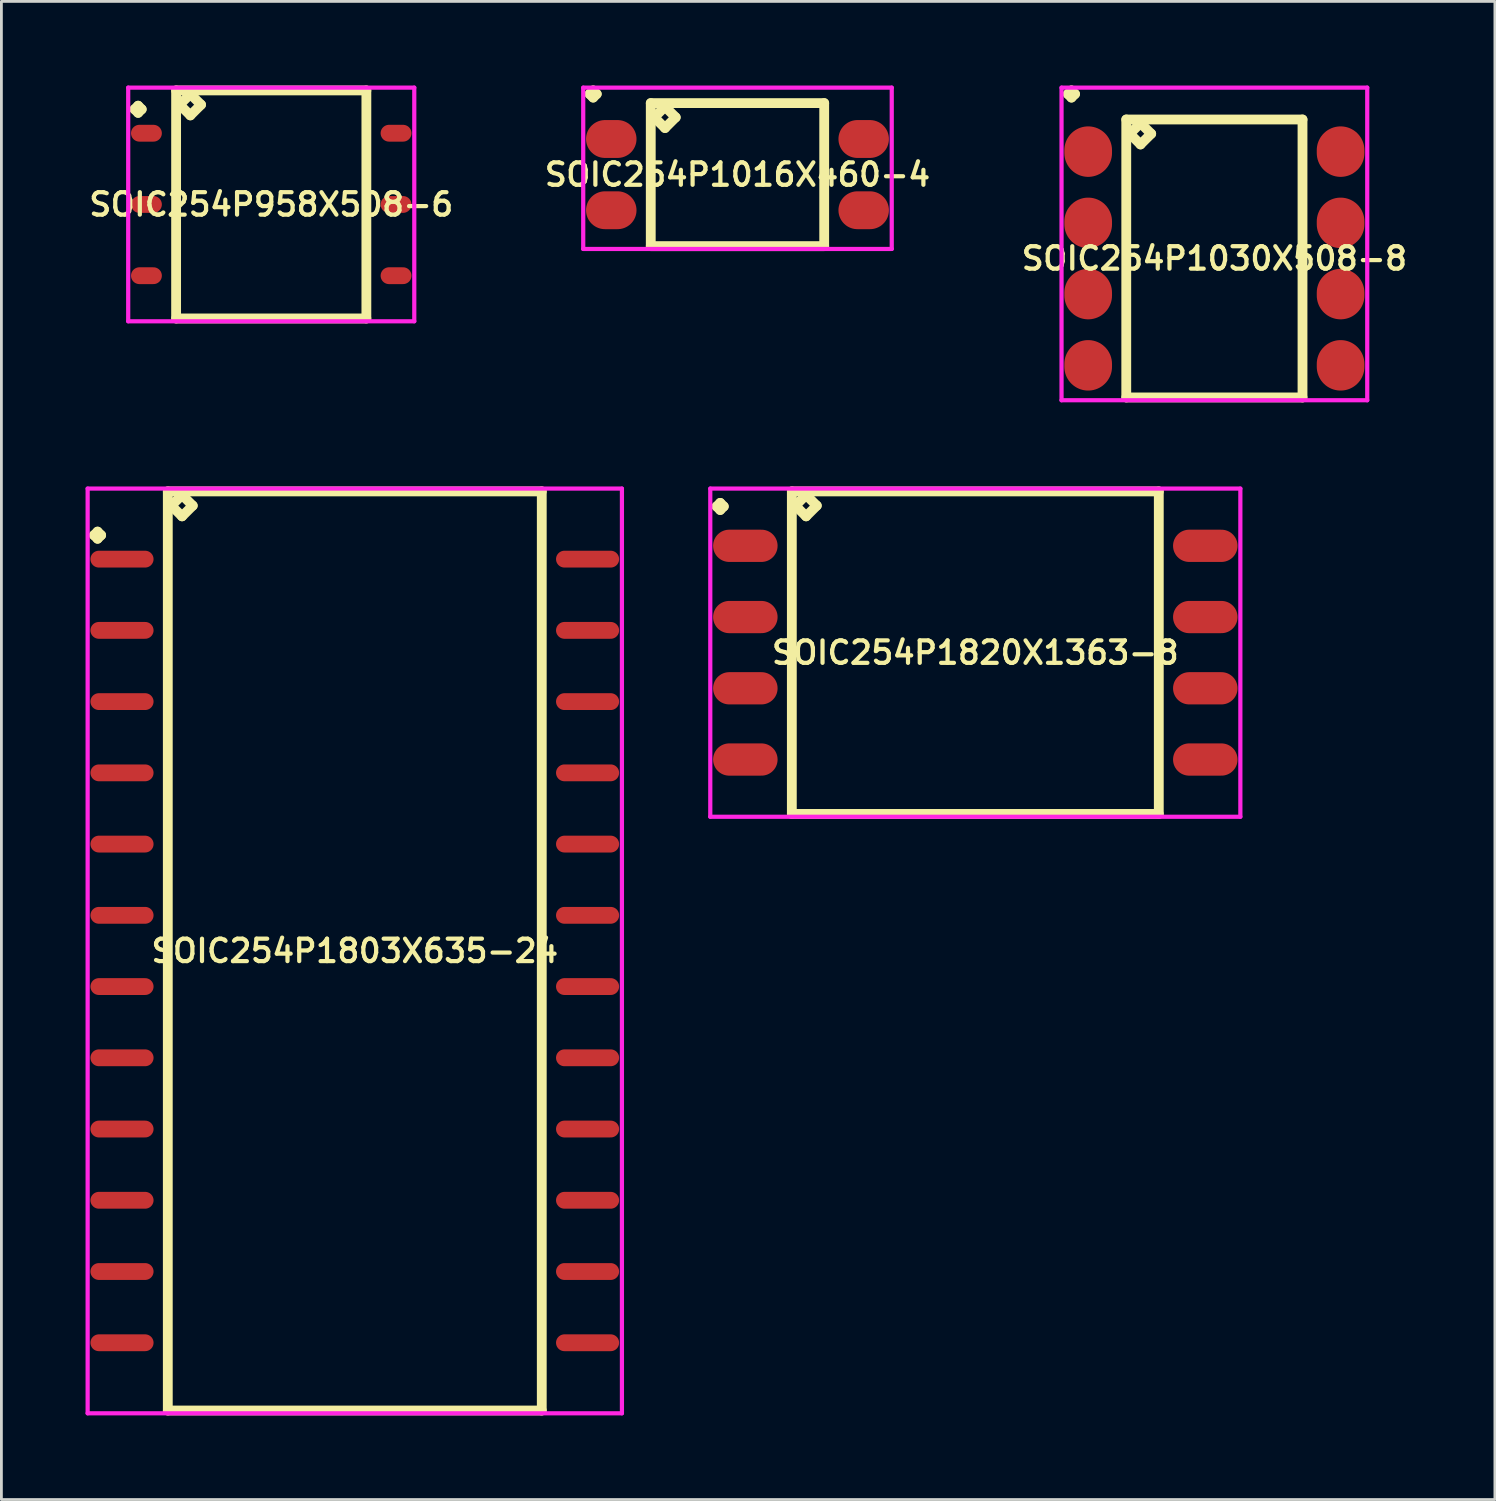
<source format=kicad_pcb>
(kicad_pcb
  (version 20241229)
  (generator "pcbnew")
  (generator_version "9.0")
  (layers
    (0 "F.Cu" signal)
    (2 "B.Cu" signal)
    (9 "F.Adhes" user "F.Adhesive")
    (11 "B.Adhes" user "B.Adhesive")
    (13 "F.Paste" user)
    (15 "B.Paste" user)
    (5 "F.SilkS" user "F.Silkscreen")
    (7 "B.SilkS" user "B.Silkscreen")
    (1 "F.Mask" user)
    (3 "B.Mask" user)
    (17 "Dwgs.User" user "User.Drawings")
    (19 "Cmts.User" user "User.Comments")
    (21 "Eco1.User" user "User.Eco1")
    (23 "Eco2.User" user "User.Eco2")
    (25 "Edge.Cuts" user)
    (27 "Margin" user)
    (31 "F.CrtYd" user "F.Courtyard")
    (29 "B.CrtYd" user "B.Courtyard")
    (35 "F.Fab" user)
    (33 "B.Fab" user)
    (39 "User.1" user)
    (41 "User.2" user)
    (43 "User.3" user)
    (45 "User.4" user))
  (footprint "SOIC254P1820X1363-8"
    (layer "F.Cu")
    (at 31.725 20.221)
    (property "Reference" "SOIC254P1820X1363-8" (at 0 0 0) (layer "F.SilkS") (effects (font (size 0.8 0.8) (thickness 0.15))))
    (attr smd)
    (fp_line (start -9.223 -5.214) (end -9.096 -5.341) (stroke (width 0.35) (type solid)) (layer "F.SilkS"))
    (fp_line (start -9.096 -5.341) (end -8.969 -5.214) (stroke (width 0.35) (type solid)) (layer "F.SilkS"))
    (fp_line (start -9.096 -5.087) (end -9.223 -5.214) (stroke (width 0.35) (type solid)) (layer "F.SilkS"))
    (fp_line (start -8.969 -5.214) (end -9.096 -5.087) (stroke (width 0.35) (type solid)) (layer "F.SilkS"))
    (fp_line (start -6.542 -5.75) (end -6.542 5.75) (stroke (width 0.35) (type solid)) (layer "F.SilkS"))
    (fp_line (start -6.542 5.75) (end 6.542 5.75) (stroke (width 0.35) (type solid)) (layer "F.SilkS"))
    (fp_line (start -6.415 -5.242) (end -6.034 -5.623) (stroke (width 0.35) (type solid)) (layer "F.SilkS"))
    (fp_line (start -6.034 -5.623) (end -5.653 -5.242) (stroke (width 0.35) (type solid)) (layer "F.SilkS"))
    (fp_line (start -6.034 -4.861) (end -6.415 -5.242) (stroke (width 0.35) (type solid)) (layer "F.SilkS"))
    (fp_line (start -5.653 -5.242) (end -6.034 -4.861) (stroke (width 0.35) (type solid)) (layer "F.SilkS"))
    (fp_line (start 6.542 -5.75) (end -6.542 -5.75) (stroke (width 0.35) (type solid)) (layer "F.SilkS"))
    (fp_line (start 6.542 5.75) (end 6.542 -5.75) (stroke (width 0.35) (type solid)) (layer "F.SilkS"))
    (fp_line (start -9.45 -5.85) (end 9.45 -5.85) (stroke (width 0.15) (type solid)) (layer "F.CrtYd"))
    (fp_line (start -9.45 5.85) (end -9.45 -5.85) (stroke (width 0.15) (type solid)) (layer "F.CrtYd"))
    (fp_line (start 9.45 -5.85) (end 9.45 5.85) (stroke (width 0.15) (type solid)) (layer "F.CrtYd"))
    (fp_line (start 9.45 5.85) (end -9.45 5.85) (stroke (width 0.15) (type solid)) (layer "F.CrtYd"))
    (pad "1" smd oval (at -8.2 -3.81) (size 2.3 1.15) (layers "F.Cu" "F.Mask" "F.Paste"))
    (pad "2" smd oval (at -8.2 -1.27) (size 2.3 1.15) (layers "F.Cu" "F.Mask" "F.Paste"))
    (pad "3" smd oval (at -8.2 1.27) (size 2.3 1.15) (layers "F.Cu" "F.Mask" "F.Paste"))
    (pad "4" smd oval (at -8.2 3.81) (size 2.3 1.15) (layers "F.Cu" "F.Mask" "F.Paste"))
    (pad "5" smd oval (at 8.2 3.81) (size 2.3 1.15) (layers "F.Cu" "F.Mask" "F.Paste"))
    (pad "6" smd oval (at 8.2 1.27) (size 2.3 1.15) (layers "F.Cu" "F.Mask" "F.Paste"))
    (pad "7" smd oval (at 8.2 -1.27) (size 2.3 1.15) (layers "F.Cu" "F.Mask" "F.Paste"))
    (pad "8" smd oval (at 8.2 -3.81) (size 2.3 1.15) (layers "F.Cu" "F.Mask" "F.Paste")))
  (footprint "SOIC254P1030X508-8"
    (layer "F.Cu")
    (at 40.249 6.166)
    (property "Reference" "SOIC254P1030X508-8" (at 0 0 0) (layer "F.SilkS") (effects (font (size 0.8 0.8) (thickness 0.15))))
    (attr smd)
    (fp_line (start -5.223 -5.864) (end -5.096 -5.991) (stroke (width 0.35) (type solid)) (layer "F.SilkS"))
    (fp_line (start -5.096 -5.991) (end -4.969 -5.864) (stroke (width 0.35) (type solid)) (layer "F.SilkS"))
    (fp_line (start -5.096 -5.737) (end -5.223 -5.864) (stroke (width 0.35) (type solid)) (layer "F.SilkS"))
    (fp_line (start -4.969 -5.864) (end -5.096 -5.737) (stroke (width 0.35) (type solid)) (layer "F.SilkS"))
    (fp_line (start -3.142 -4.955) (end -3.142 4.955) (stroke (width 0.35) (type solid)) (layer "F.SilkS"))
    (fp_line (start -3.142 4.955) (end 3.142 4.955) (stroke (width 0.35) (type solid)) (layer "F.SilkS"))
    (fp_line (start -3.015 -4.447) (end -2.634 -4.828) (stroke (width 0.35) (type solid)) (layer "F.SilkS"))
    (fp_line (start -2.634 -4.828) (end -2.253 -4.447) (stroke (width 0.35) (type solid)) (layer "F.SilkS"))
    (fp_line (start -2.634 -4.066) (end -3.015 -4.447) (stroke (width 0.35) (type solid)) (layer "F.SilkS"))
    (fp_line (start -2.253 -4.447) (end -2.634 -4.066) (stroke (width 0.35) (type solid)) (layer "F.SilkS"))
    (fp_line (start 3.142 -4.955) (end -3.142 -4.955) (stroke (width 0.35) (type solid)) (layer "F.SilkS"))
    (fp_line (start 3.142 4.955) (end 3.142 -4.955) (stroke (width 0.35) (type solid)) (layer "F.SilkS"))
    (fp_line (start -5.45 -6.091) (end 5.45 -6.091) (stroke (width 0.15) (type solid)) (layer "F.CrtYd"))
    (fp_line (start -5.45 5.055) (end -5.45 -6.091) (stroke (width 0.15) (type solid)) (layer "F.CrtYd"))
    (fp_line (start 5.45 -6.091) (end 5.45 5.055) (stroke (width 0.15) (type solid)) (layer "F.CrtYd"))
    (fp_line (start 5.45 5.055) (end -5.45 5.055) (stroke (width 0.15) (type solid)) (layer "F.CrtYd"))
    (pad "1" smd oval (at -4.5 -3.81) (size 1.7 1.8) (layers "F.Cu" "F.Mask" "F.Paste"))
    (pad "2" smd oval (at -4.5 -1.27) (size 1.7 1.8) (layers "F.Cu" "F.Mask" "F.Paste"))
    (pad "3" smd oval (at -4.5 1.27) (size 1.7 1.8) (layers "F.Cu" "F.Mask" "F.Paste"))
    (pad "4" smd oval (at -4.5 3.81) (size 1.7 1.8) (layers "F.Cu" "F.Mask" "F.Paste"))
    (pad "5" smd oval (at 4.5 3.81) (size 1.7 1.8) (layers "F.Cu" "F.Mask" "F.Paste"))
    (pad "6" smd oval (at 4.5 1.27) (size 1.7 1.8) (layers "F.Cu" "F.Mask" "F.Paste"))
    (pad "7" smd oval (at 4.5 -1.27) (size 1.7 1.8) (layers "F.Cu" "F.Mask" "F.Paste"))
    (pad "8" smd oval (at 4.5 -3.81) (size 1.7 1.8) (layers "F.Cu" "F.Mask" "F.Paste")))
  (footprint "SOIC254P1016X460-4"
    (layer "F.Cu")
    (at 23.245 3.176)
    (property "Reference" "SOIC254P1016X460-4" (at 0 0 0) (layer "F.SilkS") (effects (font (size 0.8 0.8) (thickness 0.15))))
    (attr smd)
    (fp_line (start -5.273 -2.874) (end -5.146 -3.001) (stroke (width 0.35) (type solid)) (layer "F.SilkS"))
    (fp_line (start -5.146 -3.001) (end -5.019 -2.874) (stroke (width 0.35) (type solid)) (layer "F.SilkS"))
    (fp_line (start -5.146 -2.747) (end -5.273 -2.874) (stroke (width 0.35) (type solid)) (layer "F.SilkS"))
    (fp_line (start -5.019 -2.874) (end -5.146 -2.747) (stroke (width 0.35) (type solid)) (layer "F.SilkS"))
    (fp_line (start -3.092 -2.55) (end -3.092 2.55) (stroke (width 0.35) (type solid)) (layer "F.SilkS"))
    (fp_line (start -3.092 2.55) (end 3.092 2.55) (stroke (width 0.35) (type solid)) (layer "F.SilkS"))
    (fp_line (start -2.965 -2.042) (end -2.584 -2.423) (stroke (width 0.35) (type solid)) (layer "F.SilkS"))
    (fp_line (start -2.584 -2.423) (end -2.203 -2.042) (stroke (width 0.35) (type solid)) (layer "F.SilkS"))
    (fp_line (start -2.584 -1.661) (end -2.965 -2.042) (stroke (width 0.35) (type solid)) (layer "F.SilkS"))
    (fp_line (start -2.203 -2.042) (end -2.584 -1.661) (stroke (width 0.35) (type solid)) (layer "F.SilkS"))
    (fp_line (start 3.092 -2.55) (end -3.092 -2.55) (stroke (width 0.35) (type solid)) (layer "F.SilkS"))
    (fp_line (start 3.092 2.55) (end 3.092 -2.55) (stroke (width 0.35) (type solid)) (layer "F.SilkS"))
    (fp_line (start -5.5 -3.101) (end 5.5 -3.101) (stroke (width 0.15) (type solid)) (layer "F.CrtYd"))
    (fp_line (start -5.5 2.65) (end -5.5 -3.101) (stroke (width 0.15) (type solid)) (layer "F.CrtYd"))
    (fp_line (start 5.5 -3.101) (end 5.5 2.65) (stroke (width 0.15) (type solid)) (layer "F.CrtYd"))
    (fp_line (start 5.5 2.65) (end -5.5 2.65) (stroke (width 0.15) (type solid)) (layer "F.CrtYd"))
    (pad "1" smd oval (at -4.5 -1.27) (size 1.8 1.35) (layers "F.Cu" "F.Mask" "F.Paste"))
    (pad "2" smd oval (at -4.5 1.27) (size 1.8 1.35) (layers "F.Cu" "F.Mask" "F.Paste"))
    (pad "3" smd oval (at 4.5 1.27) (size 1.8 1.35) (layers "F.Cu" "F.Mask" "F.Paste"))
    (pad "4" smd oval (at 4.5 -1.27) (size 1.8 1.35) (layers "F.Cu" "F.Mask" "F.Paste")))
  (footprint "SOIC254P958X508-6"
    (layer "F.Cu")
    (at 6.621 4.24)
    (property "Reference" "SOIC254P958X508-6" (at 0 0 0) (layer "F.SilkS") (effects (font (size 0.8 0.8) (thickness 0.15))))
    (attr smd)
    (fp_line (start -4.873 -3.394) (end -4.746 -3.521) (stroke (width 0.35) (type solid)) (layer "F.SilkS"))
    (fp_line (start -4.746 -3.521) (end -4.619 -3.394) (stroke (width 0.35) (type solid)) (layer "F.SilkS"))
    (fp_line (start -4.746 -3.267) (end -4.873 -3.394) (stroke (width 0.35) (type solid)) (layer "F.SilkS"))
    (fp_line (start -4.619 -3.394) (end -4.746 -3.267) (stroke (width 0.35) (type solid)) (layer "F.SilkS"))
    (fp_line (start -3.392 -4.065) (end -3.392 4.065) (stroke (width 0.35) (type solid)) (layer "F.SilkS"))
    (fp_line (start -3.392 4.065) (end 3.392 4.065) (stroke (width 0.35) (type solid)) (layer "F.SilkS"))
    (fp_line (start -3.265 -3.557) (end -2.884 -3.938) (stroke (width 0.35) (type solid)) (layer "F.SilkS"))
    (fp_line (start -2.884 -3.938) (end -2.503 -3.557) (stroke (width 0.35) (type solid)) (layer "F.SilkS"))
    (fp_line (start -2.884 -3.176) (end -3.265 -3.557) (stroke (width 0.35) (type solid)) (layer "F.SilkS"))
    (fp_line (start -2.503 -3.557) (end -2.884 -3.176) (stroke (width 0.35) (type solid)) (layer "F.SilkS"))
    (fp_line (start 3.392 -4.065) (end -3.392 -4.065) (stroke (width 0.35) (type solid)) (layer "F.SilkS"))
    (fp_line (start 3.392 4.065) (end 3.392 -4.065) (stroke (width 0.35) (type solid)) (layer "F.SilkS"))
    (fp_line (start -5.1 -4.165) (end 5.1 -4.165) (stroke (width 0.15) (type solid)) (layer "F.CrtYd"))
    (fp_line (start -5.1 4.165) (end -5.1 -4.165) (stroke (width 0.15) (type solid)) (layer "F.CrtYd"))
    (fp_line (start 5.1 -4.165) (end 5.1 4.165) (stroke (width 0.15) (type solid)) (layer "F.CrtYd"))
    (fp_line (start 5.1 4.165) (end -5.1 4.165) (stroke (width 0.15) (type solid)) (layer "F.CrtYd"))
    (pad "1" smd oval (at -4.45 -2.54) (size 1.1 0.6) (layers "F.Cu" "F.Mask" "F.Paste"))
    (pad "2" smd oval (at -4.45 0) (size 1.1 0.6) (layers "F.Cu" "F.Mask" "F.Paste"))
    (pad "3" smd oval (at -4.45 2.54) (size 1.1 0.6) (layers "F.Cu" "F.Mask" "F.Paste"))
    (pad "4" smd oval (at 4.45 2.54) (size 1.1 0.6) (layers "F.Cu" "F.Mask" "F.Paste"))
    (pad "5" smd oval (at 4.45 0) (size 1.1 0.6) (layers "F.Cu" "F.Mask" "F.Paste"))
    (pad "6" smd oval (at 4.45 -2.54) (size 1.1 0.6) (layers "F.Cu" "F.Mask" "F.Paste")))
  (footprint "SOIC254P1803X635-24"
    (layer "F.Cu")
    (at 9.6 30.856)
    (property "Reference" "SOIC254P1803X635-24" (at 0 0 0) (layer "F.SilkS") (effects (font (size 0.8 0.8) (thickness 0.15))))
    (attr smd)
    (fp_line (start -9.298 -14.824) (end -9.171 -14.951) (stroke (width 0.35) (type solid)) (layer "F.SilkS"))
    (fp_line (start -9.171 -14.951) (end -9.044 -14.824) (stroke (width 0.35) (type solid)) (layer "F.SilkS"))
    (fp_line (start -9.171 -14.697) (end -9.298 -14.824) (stroke (width 0.35) (type solid)) (layer "F.SilkS"))
    (fp_line (start -9.044 -14.824) (end -9.171 -14.697) (stroke (width 0.35) (type solid)) (layer "F.SilkS"))
    (fp_line (start -6.667 -16.385) (end -6.667 16.385) (stroke (width 0.35) (type solid)) (layer "F.SilkS"))
    (fp_line (start -6.667 16.385) (end 6.667 16.385) (stroke (width 0.35) (type solid)) (layer "F.SilkS"))
    (fp_line (start -6.54 -15.877) (end -6.159 -16.258) (stroke (width 0.35) (type solid)) (layer "F.SilkS"))
    (fp_line (start -6.159 -16.258) (end -5.778 -15.877) (stroke (width 0.35) (type solid)) (layer "F.SilkS"))
    (fp_line (start -6.159 -15.496) (end -6.54 -15.877) (stroke (width 0.35) (type solid)) (layer "F.SilkS"))
    (fp_line (start -5.778 -15.877) (end -6.159 -15.496) (stroke (width 0.35) (type solid)) (layer "F.SilkS"))
    (fp_line (start 6.667 -16.385) (end -6.667 -16.385) (stroke (width 0.35) (type solid)) (layer "F.SilkS"))
    (fp_line (start 6.667 16.385) (end 6.667 -16.385) (stroke (width 0.35) (type solid)) (layer "F.SilkS"))
    (fp_line (start -9.525 -16.485) (end 9.525 -16.485) (stroke (width 0.15) (type solid)) (layer "F.CrtYd"))
    (fp_line (start -9.525 16.485) (end -9.525 -16.485) (stroke (width 0.15) (type solid)) (layer "F.CrtYd"))
    (fp_line (start 9.525 -16.485) (end 9.525 16.485) (stroke (width 0.15) (type solid)) (layer "F.CrtYd"))
    (fp_line (start 9.525 16.485) (end -9.525 16.485) (stroke (width 0.15) (type solid)) (layer "F.CrtYd"))
    (pad "1" smd oval (at -8.3 -13.97) (size 2.25 0.6) (layers "F.Cu" "F.Mask" "F.Paste"))
    (pad "2" smd oval (at -8.3 -11.43) (size 2.25 0.6) (layers "F.Cu" "F.Mask" "F.Paste"))
    (pad "3" smd oval (at -8.3 -8.89) (size 2.25 0.6) (layers "F.Cu" "F.Mask" "F.Paste"))
    (pad "4" smd oval (at -8.3 -6.35) (size 2.25 0.6) (layers "F.Cu" "F.Mask" "F.Paste"))
    (pad "5" smd oval (at -8.3 -3.81) (size 2.25 0.6) (layers "F.Cu" "F.Mask" "F.Paste"))
    (pad "6" smd oval (at -8.3 -1.27) (size 2.25 0.6) (layers "F.Cu" "F.Mask" "F.Paste"))
    (pad "7" smd oval (at -8.3 1.27) (size 2.25 0.6) (layers "F.Cu" "F.Mask" "F.Paste"))
    (pad "8" smd oval (at -8.3 3.81) (size 2.25 0.6) (layers "F.Cu" "F.Mask" "F.Paste"))
    (pad "9" smd oval (at -8.3 6.35) (size 2.25 0.6) (layers "F.Cu" "F.Mask" "F.Paste"))
    (pad "10" smd oval (at -8.3 8.89) (size 2.25 0.6) (layers "F.Cu" "F.Mask" "F.Paste"))
    (pad "11" smd oval (at -8.3 11.43) (size 2.25 0.6) (layers "F.Cu" "F.Mask" "F.Paste"))
    (pad "12" smd oval (at -8.3 13.97) (size 2.25 0.6) (layers "F.Cu" "F.Mask" "F.Paste"))
    (pad "13" smd oval (at 8.3 13.97) (size 2.25 0.6) (layers "F.Cu" "F.Mask" "F.Paste"))
    (pad "14" smd oval (at 8.3 11.43) (size 2.25 0.6) (layers "F.Cu" "F.Mask" "F.Paste"))
    (pad "15" smd oval (at 8.3 8.89) (size 2.25 0.6) (layers "F.Cu" "F.Mask" "F.Paste"))
    (pad "16" smd oval (at 8.3 6.35) (size 2.25 0.6) (layers "F.Cu" "F.Mask" "F.Paste"))
    (pad "17" smd oval (at 8.3 3.81) (size 2.25 0.6) (layers "F.Cu" "F.Mask" "F.Paste"))
    (pad "18" smd oval (at 8.3 1.27) (size 2.25 0.6) (layers "F.Cu" "F.Mask" "F.Paste"))
    (pad "19" smd oval (at 8.3 -1.27) (size 2.25 0.6) (layers "F.Cu" "F.Mask" "F.Paste"))
    (pad "20" smd oval (at 8.3 -3.81) (size 2.25 0.6) (layers "F.Cu" "F.Mask" "F.Paste"))
    (pad "21" smd oval (at 8.3 -6.35) (size 2.25 0.6) (layers "F.Cu" "F.Mask" "F.Paste"))
    (pad "22" smd oval (at 8.3 -8.89) (size 2.25 0.6) (layers "F.Cu" "F.Mask" "F.Paste"))
    (pad "23" smd oval (at 8.3 -11.43) (size 2.25 0.6) (layers "F.Cu" "F.Mask" "F.Paste"))
    (pad "24" smd oval (at 8.3 -13.97) (size 2.25 0.6) (layers "F.Cu" "F.Mask" "F.Paste")))
  (gr_rect
    (start -3 -3)
    (end 50.251 50.416)
    (stroke (width 0.1) (type default))
    (fill no)
    (layer "Edge.Cuts")))
</source>
